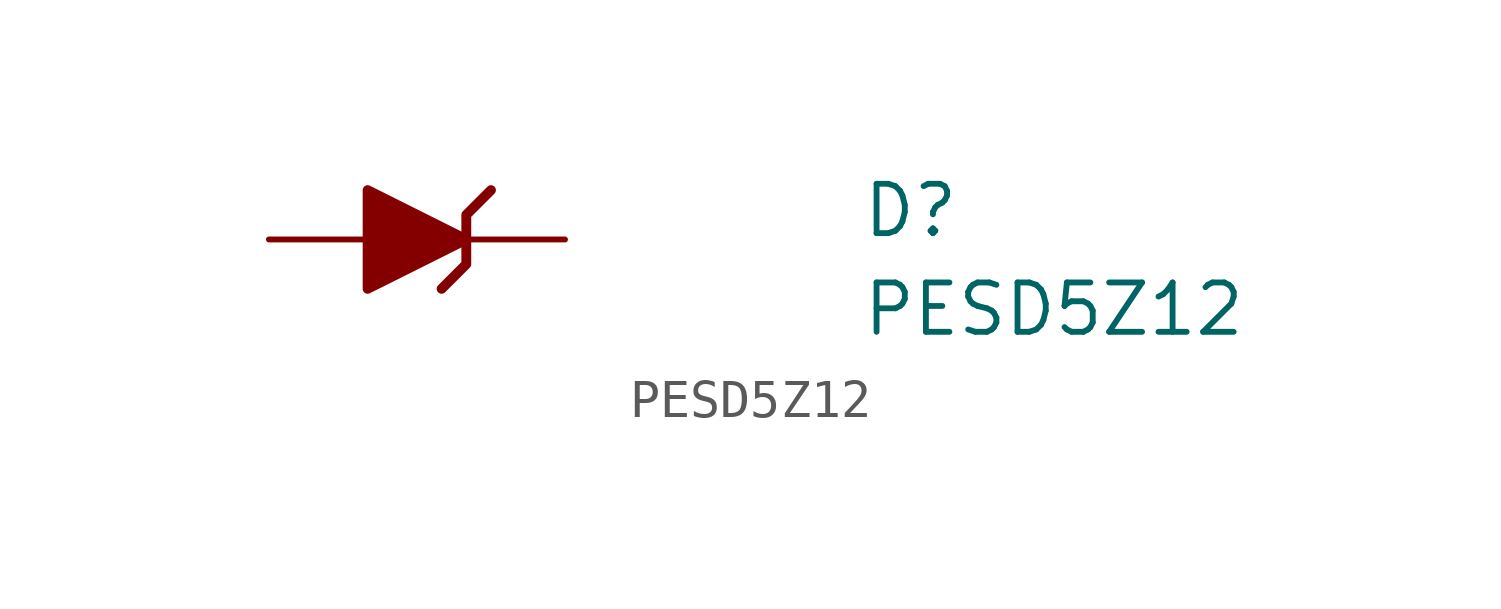
<source format=kicad_sym>
(kicad_symbol_lib
  (version 20211014)
  (generator kicad_symbol_editor)
  (symbol "PESD5Z12"
    (pin_numbers hide)
    (pin_names hide)
    (property "Reference" "D"
      (at 15.24 0 0)
      (effects (font (size 1.27 1.27) (thickness 0.15)) (justify left bottom)))
    (property "Value" "PESD5Z12"
      (at 15.24 -2.54 0)
      (effects (font (size 1.27 1.27) (thickness 0.15)) (justify left bottom)))
    (symbol "PESD5Z12_0_1"
      (polyline (pts (xy 5.715 1.27) (xy 5.08 0.635) (xy 5.08 -0.635) (xy 4.445 -1.27)) (stroke (width 0.254) (type default) (color 0 0 0 0)) (fill (type none))))
    (symbol "PESD5Z12_1_1"
      (polyline (pts (xy 2.54 1.27) (xy 2.54 -1.27) (xy 5.08 0) (xy 2.54 1.27)) (stroke (width 0.254) (type default) (color 0 0 0 0)) (fill (type outline)))
      (pin passive line (at 7.62 0 180) (length 2.54) (name "1" (effects (font (size 1.27 1.27)))) (number "1" (effects (font (size 1.27 1.27)))))
      (pin passive line (at 0 0 0) (length 2.54) (name "2" (effects (font (size 1.27 1.27)))) (number "2" (effects (font (size 1.27 1.27))))))))
</source>
